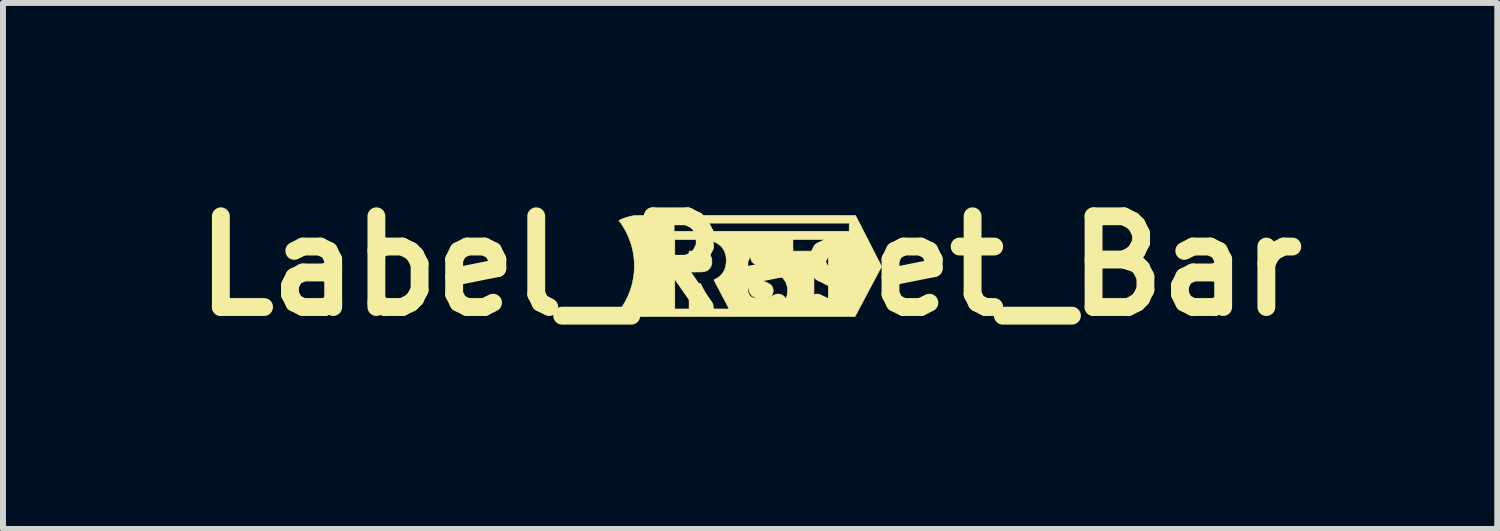
<source format=kicad_pcb>
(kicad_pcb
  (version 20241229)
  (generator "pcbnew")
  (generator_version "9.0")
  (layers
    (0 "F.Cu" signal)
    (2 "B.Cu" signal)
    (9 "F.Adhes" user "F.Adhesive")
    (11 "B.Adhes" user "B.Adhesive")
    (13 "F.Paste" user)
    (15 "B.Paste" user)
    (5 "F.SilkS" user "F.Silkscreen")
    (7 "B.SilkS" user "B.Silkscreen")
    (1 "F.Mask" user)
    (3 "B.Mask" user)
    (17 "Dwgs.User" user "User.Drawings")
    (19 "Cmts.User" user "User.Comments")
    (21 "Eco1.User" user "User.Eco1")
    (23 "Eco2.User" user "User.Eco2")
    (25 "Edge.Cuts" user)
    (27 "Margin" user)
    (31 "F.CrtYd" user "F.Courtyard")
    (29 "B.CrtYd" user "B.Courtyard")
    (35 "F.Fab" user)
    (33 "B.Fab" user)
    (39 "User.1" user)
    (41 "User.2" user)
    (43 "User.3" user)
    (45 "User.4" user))
  (footprint "Label_Reset_Bar"
    (layer "F.Cu")
    (at 9.55 1.418)
    (property "Reference" "Label_Reset_Bar" (at 0 0 0) (layer "F.SilkS") (effects (font (size 1.524 1.524) (thickness 0.3))))
    (attr through_hole)
    (fp_poly (pts (xy -0.914 -0.25) (xy -0.887 -0.25) (xy -0.864 -0.249) (xy -0.845 -0.249) (xy -0.829 -0.249) (xy -0.816 -0.249) (xy -0.805 -0.248) (xy -0.796 -0.248) (xy -0.789 -0.247) (xy -0.783 -0.246) (xy -0.782 -0.246) (xy -0.754 -0.24) (xy -0.729 -0.231) (xy -0.707 -0.218) (xy -0.688 -0.203) (xy -0.672 -0.184) (xy -0.66 -0.162) (xy -0.65 -0.137) (xy -0.647 -0.127) (xy -0.644 -0.113) (xy -0.642 -0.096) (xy -0.642 -0.078) (xy -0.642 -0.059) (xy -0.643 -0.041) (xy -0.645 -0.026) (xy -0.647 -0.021) (xy -0.656 0.005) (xy -0.668 0.028) (xy -0.683 0.047) (xy -0.702 0.064) (xy -0.724 0.078) (xy -0.749 0.088) (xy -0.764 0.093) (xy -0.772 0.095) (xy -0.782 0.096) (xy -0.793 0.098) (xy -0.806 0.099) (xy -0.821 0.1) (xy -0.838 0.1) (xy -0.858 0.101) (xy -0.882 0.101) (xy -0.909 0.101) (xy -0.93 0.102) (xy -1.025 0.102) (xy -1.025 -0.25) (xy -0.914 -0.25)) (stroke (width 0.01) (type solid)) (fill yes) (layer "F.SilkS"))
    (fp_poly (pts (xy -1.055 -0.85) (xy -0.986 -0.85) (xy -0.914 -0.85) (xy -0.838 -0.85) (xy -0.759 -0.85) (xy -0.676 -0.85) (xy -0.589 -0.85) (xy -0.498 -0.85) (xy -0.403 -0.85) (xy -0.304 -0.85) (xy -0.201 -0.85) (xy -0.094 -0.85) (xy -0.073 -0.85) (xy 1.771 -0.849) (xy 1.979 -0.443) (xy 1.999 -0.403) (xy 2.019 -0.364) (xy 2.039 -0.325) (xy 2.058 -0.289) (xy 2.076 -0.253) (xy 2.093 -0.22) (xy 2.109 -0.188) (xy 2.124 -0.158) (xy 2.139 -0.13) (xy 2.151 -0.105) (xy 2.163 -0.083) (xy 2.173 -0.063) (xy 2.181 -0.046) (xy 2.188 -0.033) (xy 2.193 -0.023) (xy 2.197 -0.016) (xy 2.198 -0.014) (xy 2.209 0.008) (xy 1.986 0.428) (xy 1.763 0.849) (xy -0.081 0.849) (xy -0.171 0.849) (xy -0.26 0.849) (xy -0.348 0.849) (xy -0.434 0.849) (xy -0.52 0.849) (xy -0.603 0.849) (xy -0.686 0.849) (xy -0.766 0.849) (xy -0.845 0.849) (xy -0.922 0.849) (xy -0.997 0.849) (xy -1.069 0.849) (xy -1.14 0.849) (xy -1.208 0.849) (xy -1.274 0.849) (xy -1.337 0.849) (xy -1.398 0.849) (xy -1.456 0.849) (xy -1.511 0.849) (xy -1.563 0.849) (xy -1.613 0.849) (xy -1.659 0.849) (xy -1.702 0.849) (xy -1.741 0.849) (xy -1.777 0.849) (xy -1.81 0.849) (xy -1.839 0.849) (xy -1.864 0.849) (xy -1.885 0.849) (xy -1.903 0.849) (xy -1.916 0.849) (xy -1.925 0.849) (xy -1.93 0.849) (xy -1.931 0.849) (xy -1.975 0.842) (xy -2.02 0.832) (xy -2.065 0.82) (xy -2.109 0.806) (xy -2.137 0.795) (xy -2.145 0.792) (xy -2.155 0.788) (xy -2.166 0.783) (xy -2.177 0.778) (xy -2.188 0.774) (xy -2.196 0.77) (xy -2.203 0.766) (xy -2.206 0.765) (xy -2.205 0.763) (xy -2.201 0.758) (xy -2.196 0.751) (xy -2.19 0.743) (xy -2.186 0.738) (xy -2.176 0.722) (xy -1.265 0.722) (xy -1.025 0.722) (xy -1.025 0.296) (xy -0.929 0.296) (xy -0.832 0.297) (xy -0.724 0.51) (xy -0.615 0.722) (xy -0.485 0.722) (xy -0.356 0.722) (xy -0.356 0.717) (xy -0.357 0.715) (xy -0.36 0.709) (xy -0.364 0.699) (xy -0.371 0.686) (xy -0.379 0.67) (xy -0.388 0.652) (xy -0.399 0.631) (xy -0.411 0.608) (xy -0.424 0.583) (xy -0.438 0.557) (xy -0.453 0.528) (xy -0.469 0.499) (xy -0.481 0.475) (xy -0.497 0.445) (xy -0.513 0.415) (xy -0.527 0.388) (xy -0.541 0.362) (xy -0.544 0.356) (xy -0.266 0.356) (xy -0.264 0.383) (xy -0.261 0.421) (xy -0.253 0.458) (xy -0.24 0.493) (xy -0.224 0.527) (xy -0.205 0.559) (xy -0.181 0.589) (xy -0.154 0.616) (xy -0.123 0.642) (xy -0.105 0.654) (xy -0.09 0.663) (xy -0.072 0.673) (xy -0.052 0.683) (xy -0.033 0.692) (xy -0.014 0.7) (xy 0 0.706) (xy 0.028 0.714) (xy 0.056 0.722) (xy 0.084 0.728) (xy 0.114 0.733) (xy 0.146 0.736) (xy 0.171 0.738) (xy 0.181 0.739) (xy 0.193 0.739) (xy 0.209 0.739) (xy 0.226 0.738) (xy 0.243 0.738) (xy 0.26 0.737) (xy 0.275 0.736) (xy 0.288 0.735) (xy 0.293 0.734) (xy 0.338 0.727) (xy 0.38 0.717) (xy 0.419 0.705) (xy 0.456 0.689) (xy 0.489 0.671) (xy 0.519 0.65) (xy 0.546 0.626) (xy 0.569 0.6) (xy 0.582 0.583) (xy 0.598 0.555) (xy 0.611 0.527) (xy 0.62 0.497) (xy 0.626 0.465) (xy 0.629 0.431) (xy 0.629 0.401) (xy 0.626 0.364) (xy 0.62 0.33) (xy 0.61 0.298) (xy 0.597 0.268) (xy 0.579 0.24) (xy 0.558 0.212) (xy 0.543 0.196) (xy 0.523 0.176) (xy 0.501 0.158) (xy 0.477 0.14) (xy 0.451 0.123) (xy 0.422 0.107) (xy 0.39 0.091) (xy 0.355 0.076) (xy 0.316 0.061) (xy 0.274 0.046) (xy 0.231 0.032) (xy 0.192 0.019) (xy 0.157 0.006) (xy 0.127 -0.007) (xy 0.1 -0.02) (xy 0.077 -0.033) (xy 0.058 -0.046) (xy 0.042 -0.06) (xy 0.03 -0.075) (xy 0.021 -0.09) (xy 0.015 -0.107) (xy 0.012 -0.124) (xy 0.011 -0.136) (xy 0.013 -0.158) (xy 0.018 -0.178) (xy 0.028 -0.196) (xy 0.042 -0.214) (xy 0.046 -0.219) (xy 0.064 -0.234) (xy 0.084 -0.246) (xy 0.107 -0.256) (xy 0.132 -0.263) (xy 0.152 -0.266) (xy 0.185 -0.269) (xy 0.217 -0.269) (xy 0.247 -0.265) (xy 0.275 -0.258) (xy 0.301 -0.249) (xy 0.323 -0.236) (xy 0.336 -0.227) (xy 0.352 -0.211) (xy 0.366 -0.191) (xy 0.377 -0.17) (xy 0.384 -0.147) (xy 0.388 -0.124) (xy 0.389 -0.111) (xy 0.389 -0.099) (xy 0.63 -0.099) (xy 0.629 -0.124) (xy 0.625 -0.162) (xy 0.616 -0.199) (xy 0.604 -0.234) (xy 0.587 -0.268) (xy 0.567 -0.3) (xy 0.543 -0.329) (xy 0.531 -0.341) (xy 0.503 -0.367) (xy 0.471 -0.389) (xy 0.436 -0.409) (xy 0.398 -0.426) (xy 0.358 -0.44) (xy 0.34 -0.444) (xy 0.72 -0.444) (xy 0.72 -0.25) (xy 1.073 -0.25) (xy 1.073 0.722) (xy 1.314 0.722) (xy 1.314 -0.25) (xy 1.672 -0.25) (xy 1.672 -0.444) (xy 0.72 -0.444) (xy 0.34 -0.444) (xy 0.315 -0.45) (xy 0.271 -0.457) (xy 0.258 -0.458) (xy 0.243 -0.459) (xy 0.225 -0.46) (xy 0.205 -0.46) (xy 0.186 -0.46) (xy 0.167 -0.46) (xy 0.149 -0.459) (xy 0.135 -0.458) (xy 0.129 -0.457) (xy 0.083 -0.45) (xy 0.038 -0.44) (xy -0.003 -0.427) (xy -0.041 -0.411) (xy -0.077 -0.392) (xy -0.109 -0.371) (xy -0.138 -0.346) (xy -0.14 -0.344) (xy -0.165 -0.318) (xy -0.186 -0.289) (xy -0.202 -0.259) (xy -0.215 -0.227) (xy -0.224 -0.194) (xy -0.226 -0.182) (xy -0.228 -0.165) (xy -0.229 -0.147) (xy -0.229 -0.129) (xy -0.228 -0.11) (xy -0.227 -0.093) (xy -0.225 -0.079) (xy -0.224 -0.075) (xy -0.215 -0.041) (xy -0.202 -0.009) (xy -0.185 0.021) (xy -0.164 0.05) (xy -0.139 0.077) (xy -0.111 0.102) (xy -0.078 0.127) (xy -0.051 0.143) (xy -0.031 0.155) (xy -0.01 0.166) (xy 0.013 0.177) (xy 0.039 0.188) (xy 0.068 0.199) (xy 0.1 0.211) (xy 0.135 0.224) (xy 0.162 0.233) (xy 0.197 0.246) (xy 0.228 0.257) (xy 0.256 0.268) (xy 0.279 0.278) (xy 0.3 0.288) (xy 0.317 0.297) (xy 0.332 0.306) (xy 0.344 0.316) (xy 0.352 0.322) (xy 0.365 0.338) (xy 0.376 0.356) (xy 0.383 0.376) (xy 0.387 0.397) (xy 0.388 0.418) (xy 0.386 0.439) (xy 0.381 0.459) (xy 0.373 0.478) (xy 0.362 0.495) (xy 0.358 0.499) (xy 0.341 0.513) (xy 0.322 0.526) (xy 0.299 0.535) (xy 0.274 0.542) (xy 0.245 0.547) (xy 0.232 0.548) (xy 0.209 0.549) (xy 0.184 0.548) (xy 0.159 0.546) (xy 0.136 0.543) (xy 0.128 0.542) (xy 0.098 0.535) (xy 0.071 0.524) (xy 0.047 0.511) (xy 0.027 0.494) (xy 0.01 0.475) (xy -0.004 0.453) (xy -0.014 0.429) (xy -0.021 0.402) (xy -0.024 0.377) (xy -0.025 0.356) (xy -0.266 0.356) (xy -0.544 0.356) (xy -0.554 0.337) (xy -0.566 0.315) (xy -0.576 0.295) (xy -0.586 0.277) (xy -0.593 0.262) (xy -0.6 0.251) (xy -0.604 0.242) (xy -0.607 0.237) (xy -0.607 0.236) (xy -0.605 0.234) (xy -0.601 0.231) (xy -0.593 0.227) (xy -0.589 0.225) (xy -0.554 0.205) (xy -0.522 0.183) (xy -0.494 0.159) (xy -0.47 0.132) (xy -0.449 0.103) (xy -0.437 0.08) (xy -0.424 0.05) (xy -0.413 0.017) (xy -0.406 -0.018) (xy -0.402 -0.054) (xy -0.4 -0.091) (xy -0.402 -0.128) (xy -0.406 -0.165) (xy -0.412 -0.193) (xy -0.423 -0.228) (xy -0.438 -0.261) (xy -0.456 -0.292) (xy -0.478 -0.32) (xy -0.504 -0.345) (xy -0.533 -0.368) (xy -0.554 -0.381) (xy -0.581 -0.396) (xy -0.611 -0.409) (xy -0.644 -0.42) (xy -0.679 -0.429) (xy -0.719 -0.437) (xy -0.723 -0.438) (xy -0.727 -0.439) (xy -0.732 -0.439) (xy -0.736 -0.44) (xy -0.741 -0.44) (xy -0.747 -0.441) (xy -0.753 -0.441) (xy -0.761 -0.441) (xy -0.77 -0.442) (xy -0.781 -0.442) (xy -0.794 -0.442) (xy -0.809 -0.442) (xy -0.826 -0.443) (xy -0.847 -0.443) (xy -0.87 -0.443) (xy -0.897 -0.443) (xy -0.927 -0.443) (xy -0.961 -0.443) (xy -0.999 -0.443) (xy -1.009 -0.443) (xy -1.265 -0.444) (xy -1.265 0.722) (xy -2.176 0.722) (xy -2.145 0.679) (xy -2.108 0.617) (xy -2.074 0.554) (xy -2.044 0.489) (xy -2.018 0.422) (xy -1.995 0.354) (xy -1.977 0.285) (xy -1.963 0.214) (xy -1.952 0.143) (xy -1.946 0.072) (xy -1.944 -0.001) (xy -1.946 -0.073) (xy -1.952 -0.145) (xy -1.962 -0.217) (xy -1.97 -0.257) (xy -1.987 -0.327) (xy -2.008 -0.396) (xy -2.033 -0.464) (xy -2.061 -0.53) (xy -2.093 -0.594) (xy -2.129 -0.656) (xy -2.167 -0.715) (xy -2.171 -0.72) (xy -1.276 -0.72) (xy -1.276 -0.583) (xy 1.665 -0.583) (xy 1.665 -0.72) (xy -1.276 -0.72) (xy -2.171 -0.72) (xy -2.187 -0.741) (xy -2.194 -0.752) (xy -2.199 -0.759) (xy -2.201 -0.764) (xy -2.202 -0.766) (xy -2.201 -0.767) (xy -2.198 -0.768) (xy -2.192 -0.771) (xy -2.183 -0.775) (xy -2.173 -0.78) (xy -2.165 -0.783) (xy -2.123 -0.8) (xy -2.079 -0.815) (xy -2.032 -0.828) (xy -1.986 -0.839) (xy -1.947 -0.846) (xy -1.945 -0.846) (xy -1.943 -0.846) (xy -1.941 -0.847) (xy -1.939 -0.847) (xy -1.936 -0.847) (xy -1.933 -0.847) (xy -1.929 -0.847) (xy -1.925 -0.848) (xy -1.92 -0.848) (xy -1.914 -0.848) (xy -1.907 -0.848) (xy -1.899 -0.848) (xy -1.89 -0.848) (xy -1.88 -0.849) (xy -1.869 -0.849) (xy -1.856 -0.849) (xy -1.842 -0.849) (xy -1.827 -0.849) (xy -1.809 -0.849) (xy -1.791 -0.849) (xy -1.77 -0.849) (xy -1.747 -0.849) (xy -1.722 -0.849) (xy -1.696 -0.85) (xy -1.667 -0.85) (xy -1.636 -0.85) (xy -1.602 -0.85) (xy -1.567 -0.85) (xy -1.528 -0.85) (xy -1.487 -0.85) (xy -1.443 -0.85) (xy -1.397 -0.85) (xy -1.348 -0.85) (xy -1.295 -0.85) (xy -1.24 -0.85) (xy -1.181 -0.85) (xy -1.12 -0.85) (xy -1.055 -0.85)) (stroke (width 0.01) (type solid)) (fill yes) (layer "F.SilkS")))
  (gr_rect
    (start -3 -3)
    (end 22.101 5.836)
    (stroke (width 0.1) (type default))
    (fill no)
    (layer "Edge.Cuts")))
</source>
